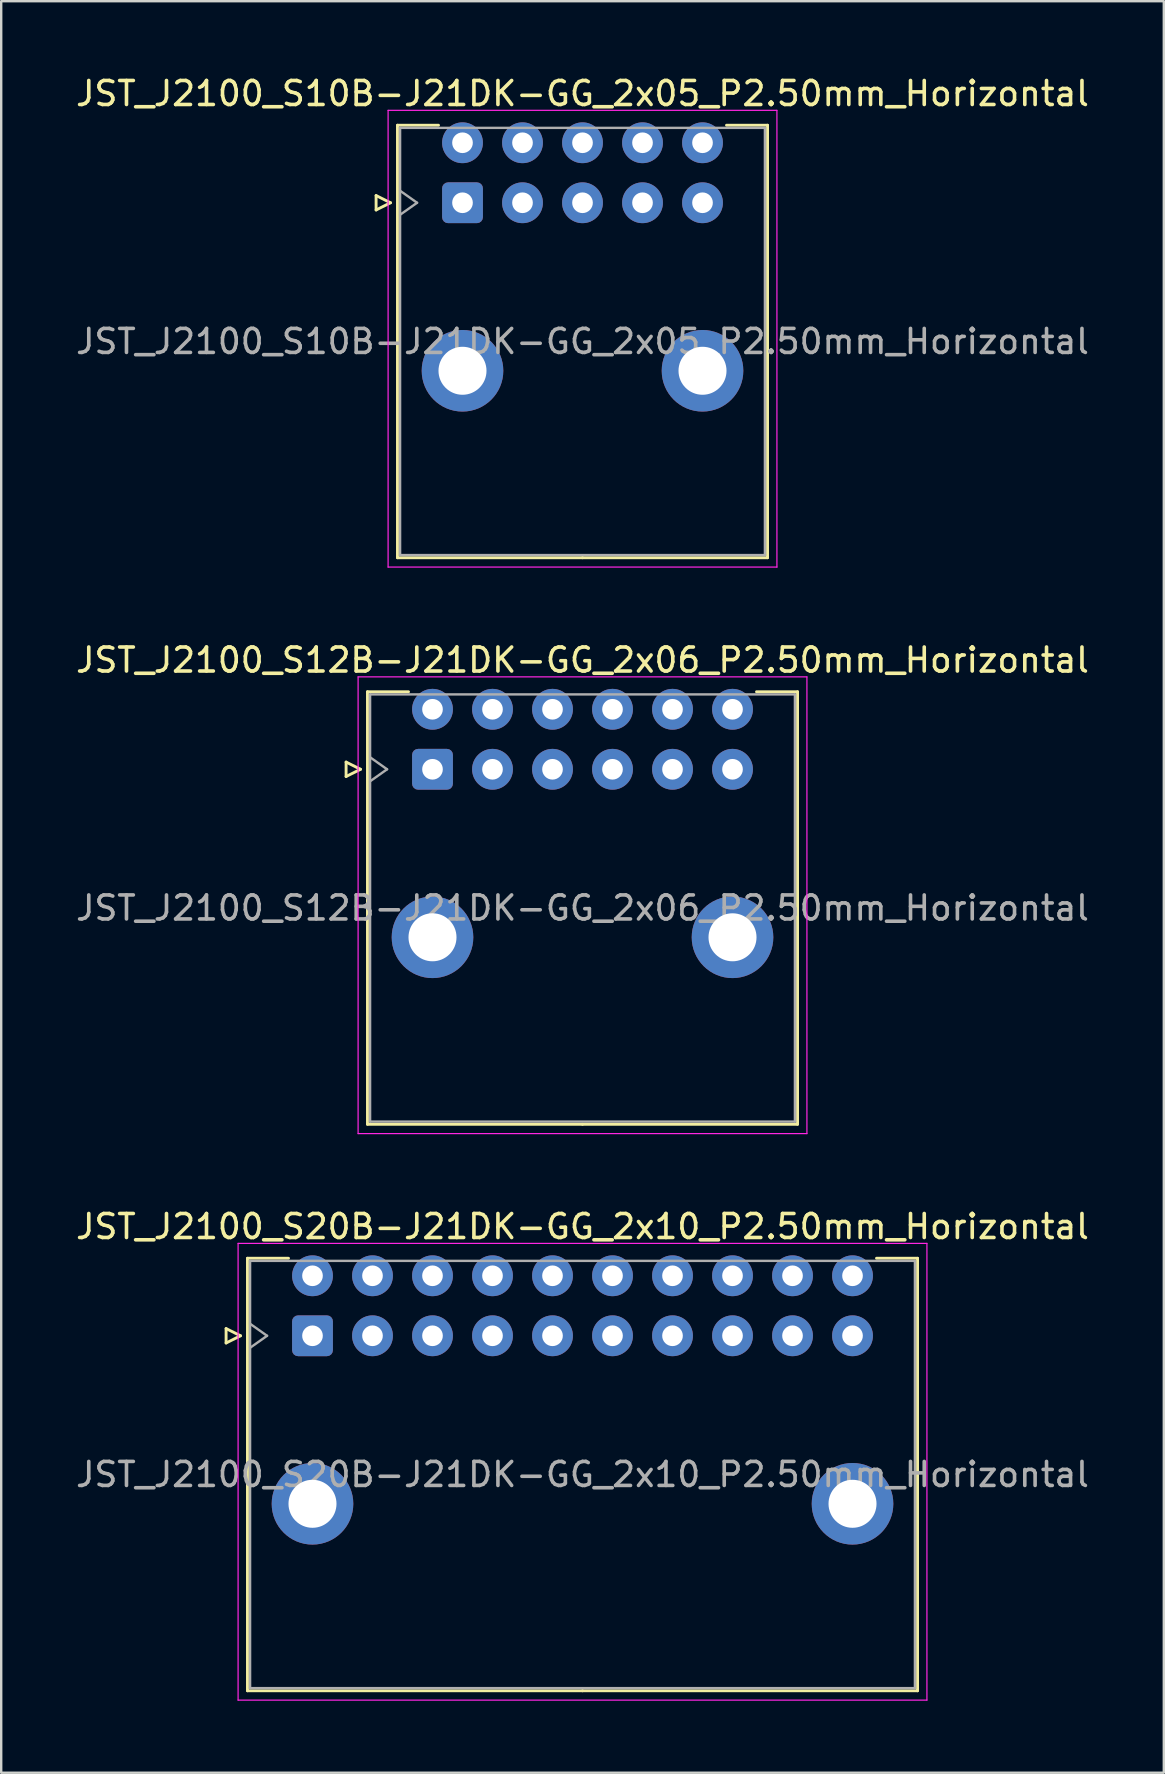
<source format=kicad_pcb>
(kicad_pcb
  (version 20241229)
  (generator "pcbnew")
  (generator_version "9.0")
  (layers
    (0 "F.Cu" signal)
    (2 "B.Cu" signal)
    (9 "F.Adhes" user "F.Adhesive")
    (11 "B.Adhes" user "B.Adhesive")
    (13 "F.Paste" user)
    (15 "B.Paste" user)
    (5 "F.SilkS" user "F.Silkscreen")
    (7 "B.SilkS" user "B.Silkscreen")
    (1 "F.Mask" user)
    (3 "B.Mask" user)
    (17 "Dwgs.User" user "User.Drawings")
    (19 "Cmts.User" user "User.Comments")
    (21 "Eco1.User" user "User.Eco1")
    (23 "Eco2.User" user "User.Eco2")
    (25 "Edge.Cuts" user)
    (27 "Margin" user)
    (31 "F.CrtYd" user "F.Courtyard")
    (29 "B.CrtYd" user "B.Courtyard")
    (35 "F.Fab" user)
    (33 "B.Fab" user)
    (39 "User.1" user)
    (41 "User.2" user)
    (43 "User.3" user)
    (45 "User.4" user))
  (footprint "JST_J2100_S20B-J21DK-GG_2x10_P2.50mm_Horizontal"
    (layer "F.Cu")
    (at 9.97 52.605)
    (property "Reference" "JST_J2100_S20B-J21DK-GG_2x10_P2.50mm_Horizontal" (at 11.25 -4.55 0) (layer "F.SilkS") (effects (font (size 1 1) (thickness 0.15))))
    (attr through_hole)
    (fp_line (start -3.6 -0.3) (end -3 0) (stroke (width 0.12) (type solid)) (layer "F.SilkS"))
    (fp_line (start -3.6 0.3) (end -3.6 -0.3) (stroke (width 0.12) (type solid)) (layer "F.SilkS"))
    (fp_line (start -3 0) (end -3.6 0.3) (stroke (width 0.12) (type solid)) (layer "F.SilkS"))
    (fp_line (start -2.71 -3.23) (end -2.71 14.79) (stroke (width 0.12) (type solid)) (layer "F.SilkS"))
    (fp_line (start -2.71 14.79) (end 11.25 14.79) (stroke (width 0.12) (type solid)) (layer "F.SilkS"))
    (fp_line (start -1 -3.23) (end -2.71 -3.23) (stroke (width 0.12) (type solid)) (layer "F.SilkS"))
    (fp_line (start 23.5 -3.23) (end 25.21 -3.23) (stroke (width 0.12) (type solid)) (layer "F.SilkS"))
    (fp_line (start 25.21 -3.23) (end 25.21 14.79) (stroke (width 0.12) (type solid)) (layer "F.SilkS"))
    (fp_line (start 25.21 14.79) (end 11.25 14.79) (stroke (width 0.12) (type solid)) (layer "F.SilkS"))
    (fp_line (start -3.1 -3.85) (end -3.1 15.18) (stroke (width 0.05) (type solid)) (layer "F.CrtYd"))
    (fp_line (start -3.1 15.18) (end 25.6 15.18) (stroke (width 0.05) (type solid)) (layer "F.CrtYd"))
    (fp_line (start 25.6 -3.85) (end -3.1 -3.85) (stroke (width 0.05) (type solid)) (layer "F.CrtYd"))
    (fp_line (start 25.6 15.18) (end 25.6 -3.85) (stroke (width 0.05) (type solid)) (layer "F.CrtYd"))
    (fp_line (start -2.6 -3.12) (end -2.6 14.68) (stroke (width 0.1) (type solid)) (layer "F.Fab"))
    (fp_line (start -2.6 0.5) (end -1.893 0) (stroke (width 0.1) (type solid)) (layer "F.Fab"))
    (fp_line (start -2.6 14.68) (end 25.1 14.68) (stroke (width 0.1) (type solid)) (layer "F.Fab"))
    (fp_line (start -1.893 0) (end -2.6 -0.5) (stroke (width 0.1) (type solid)) (layer "F.Fab"))
    (fp_line (start 25.1 -3.12) (end -2.6 -3.12) (stroke (width 0.1) (type solid)) (layer "F.Fab"))
    (fp_line (start 25.1 14.68) (end 25.1 -3.12) (stroke (width 0.1) (type solid)) (layer "F.Fab"))
    (fp_text user "${REFERENCE}" (at 11.25 5.78 0) (layer "F.Fab") (effects (font (size 1 1) (thickness 0.15))))
    (pad "" thru_hole circle (at 0 7) (size 3.4 3.4) (drill 2) (layers "*.Cu" "*.Mask"))
    (pad "" thru_hole circle (at 22.5 7) (size 3.4 3.4) (drill 2) (layers "*.Cu" "*.Mask"))
    (pad "a1" thru_hole roundrect (at 0 0) (size 1.7 1.7) (drill 0.86) (layers "*.Cu" "*.Mask") (roundrect_rratio 0.147))
    (pad "a2" thru_hole circle (at 2.5 0) (size 1.7 1.7) (drill 0.86) (layers "*.Cu" "*.Mask"))
    (pad "a3" thru_hole circle (at 5 0) (size 1.7 1.7) (drill 0.86) (layers "*.Cu" "*.Mask"))
    (pad "a4" thru_hole circle (at 7.5 0) (size 1.7 1.7) (drill 0.86) (layers "*.Cu" "*.Mask"))
    (pad "a5" thru_hole circle (at 10 0) (size 1.7 1.7) (drill 0.86) (layers "*.Cu" "*.Mask"))
    (pad "a6" thru_hole circle (at 12.5 0) (size 1.7 1.7) (drill 0.86) (layers "*.Cu" "*.Mask"))
    (pad "a7" thru_hole circle (at 15 0) (size 1.7 1.7) (drill 0.86) (layers "*.Cu" "*.Mask"))
    (pad "a8" thru_hole circle (at 17.5 0) (size 1.7 1.7) (drill 0.86) (layers "*.Cu" "*.Mask"))
    (pad "a9" thru_hole circle (at 20 0) (size 1.7 1.7) (drill 0.86) (layers "*.Cu" "*.Mask"))
    (pad "a10" thru_hole circle (at 22.5 0) (size 1.7 1.7) (drill 0.86) (layers "*.Cu" "*.Mask"))
    (pad "b1" thru_hole circle (at 0 -2.5) (size 1.7 1.7) (drill 0.86) (layers "*.Cu" "*.Mask"))
    (pad "b2" thru_hole circle (at 2.5 -2.5) (size 1.7 1.7) (drill 0.86) (layers "*.Cu" "*.Mask"))
    (pad "b3" thru_hole circle (at 5 -2.5) (size 1.7 1.7) (drill 0.86) (layers "*.Cu" "*.Mask"))
    (pad "b4" thru_hole circle (at 7.5 -2.5) (size 1.7 1.7) (drill 0.86) (layers "*.Cu" "*.Mask"))
    (pad "b5" thru_hole circle (at 10 -2.5) (size 1.7 1.7) (drill 0.86) (layers "*.Cu" "*.Mask"))
    (pad "b6" thru_hole circle (at 12.5 -2.5) (size 1.7 1.7) (drill 0.86) (layers "*.Cu" "*.Mask"))
    (pad "b7" thru_hole circle (at 15 -2.5) (size 1.7 1.7) (drill 0.86) (layers "*.Cu" "*.Mask"))
    (pad "b8" thru_hole circle (at 17.5 -2.5) (size 1.7 1.7) (drill 0.86) (layers "*.Cu" "*.Mask"))
    (pad "b9" thru_hole circle (at 20 -2.5) (size 1.7 1.7) (drill 0.86) (layers "*.Cu" "*.Mask"))
    (pad "b10" thru_hole circle (at 22.5 -2.5) (size 1.7 1.7) (drill 0.86) (layers "*.Cu" "*.Mask")))
  (footprint "JST_J2100_S10B-J21DK-GG_2x05_P2.50mm_Horizontal"
    (layer "F.Cu")
    (at 16.22 5.398)
    (property "Reference" "JST_J2100_S10B-J21DK-GG_2x05_P2.50mm_Horizontal" (at 5 -4.55 0) (layer "F.SilkS") (effects (font (size 1 1) (thickness 0.15))))
    (attr through_hole)
    (fp_line (start -3.6 -0.3) (end -3 0) (stroke (width 0.12) (type solid)) (layer "F.SilkS"))
    (fp_line (start -3.6 0.3) (end -3.6 -0.3) (stroke (width 0.12) (type solid)) (layer "F.SilkS"))
    (fp_line (start -3 0) (end -3.6 0.3) (stroke (width 0.12) (type solid)) (layer "F.SilkS"))
    (fp_line (start -2.71 -3.23) (end -2.71 14.79) (stroke (width 0.12) (type solid)) (layer "F.SilkS"))
    (fp_line (start -2.71 14.79) (end 5 14.79) (stroke (width 0.12) (type solid)) (layer "F.SilkS"))
    (fp_line (start -1 -3.23) (end -2.71 -3.23) (stroke (width 0.12) (type solid)) (layer "F.SilkS"))
    (fp_line (start 11 -3.23) (end 12.71 -3.23) (stroke (width 0.12) (type solid)) (layer "F.SilkS"))
    (fp_line (start 12.71 -3.23) (end 12.71 14.79) (stroke (width 0.12) (type solid)) (layer "F.SilkS"))
    (fp_line (start 12.71 14.79) (end 5 14.79) (stroke (width 0.12) (type solid)) (layer "F.SilkS"))
    (fp_line (start -3.1 -3.85) (end -3.1 15.18) (stroke (width 0.05) (type solid)) (layer "F.CrtYd"))
    (fp_line (start -3.1 15.18) (end 13.1 15.18) (stroke (width 0.05) (type solid)) (layer "F.CrtYd"))
    (fp_line (start 13.1 -3.85) (end -3.1 -3.85) (stroke (width 0.05) (type solid)) (layer "F.CrtYd"))
    (fp_line (start 13.1 15.18) (end 13.1 -3.85) (stroke (width 0.05) (type solid)) (layer "F.CrtYd"))
    (fp_line (start -2.6 -3.12) (end -2.6 14.68) (stroke (width 0.1) (type solid)) (layer "F.Fab"))
    (fp_line (start -2.6 0.5) (end -1.893 0) (stroke (width 0.1) (type solid)) (layer "F.Fab"))
    (fp_line (start -2.6 14.68) (end 12.6 14.68) (stroke (width 0.1) (type solid)) (layer "F.Fab"))
    (fp_line (start -1.893 0) (end -2.6 -0.5) (stroke (width 0.1) (type solid)) (layer "F.Fab"))
    (fp_line (start 12.6 -3.12) (end -2.6 -3.12) (stroke (width 0.1) (type solid)) (layer "F.Fab"))
    (fp_line (start 12.6 14.68) (end 12.6 -3.12) (stroke (width 0.1) (type solid)) (layer "F.Fab"))
    (fp_text user "${REFERENCE}" (at 5 5.78 0) (layer "F.Fab") (effects (font (size 1 1) (thickness 0.15))))
    (pad "" thru_hole circle (at 0 7) (size 3.4 3.4) (drill 2) (layers "*.Cu" "*.Mask"))
    (pad "" thru_hole circle (at 10 7) (size 3.4 3.4) (drill 2) (layers "*.Cu" "*.Mask"))
    (pad "a1" thru_hole roundrect (at 0 0) (size 1.7 1.7) (drill 0.86) (layers "*.Cu" "*.Mask") (roundrect_rratio 0.147))
    (pad "a2" thru_hole circle (at 2.5 0) (size 1.7 1.7) (drill 0.86) (layers "*.Cu" "*.Mask"))
    (pad "a3" thru_hole circle (at 5 0) (size 1.7 1.7) (drill 0.86) (layers "*.Cu" "*.Mask"))
    (pad "a4" thru_hole circle (at 7.5 0) (size 1.7 1.7) (drill 0.86) (layers "*.Cu" "*.Mask"))
    (pad "a5" thru_hole circle (at 10 0) (size 1.7 1.7) (drill 0.86) (layers "*.Cu" "*.Mask"))
    (pad "b1" thru_hole circle (at 0 -2.5) (size 1.7 1.7) (drill 0.86) (layers "*.Cu" "*.Mask"))
    (pad "b2" thru_hole circle (at 2.5 -2.5) (size 1.7 1.7) (drill 0.86) (layers "*.Cu" "*.Mask"))
    (pad "b3" thru_hole circle (at 5 -2.5) (size 1.7 1.7) (drill 0.86) (layers "*.Cu" "*.Mask"))
    (pad "b4" thru_hole circle (at 7.5 -2.5) (size 1.7 1.7) (drill 0.86) (layers "*.Cu" "*.Mask"))
    (pad "b5" thru_hole circle (at 10 -2.5) (size 1.7 1.7) (drill 0.86) (layers "*.Cu" "*.Mask")))
  (footprint "JST_J2100_S12B-J21DK-GG_2x06_P2.50mm_Horizontal"
    (layer "F.Cu")
    (at 14.97 29.002)
    (property "Reference" "JST_J2100_S12B-J21DK-GG_2x06_P2.50mm_Horizontal" (at 6.25 -4.55 0) (layer "F.SilkS") (effects (font (size 1 1) (thickness 0.15))))
    (attr through_hole)
    (fp_line (start -3.6 -0.3) (end -3 0) (stroke (width 0.12) (type solid)) (layer "F.SilkS"))
    (fp_line (start -3.6 0.3) (end -3.6 -0.3) (stroke (width 0.12) (type solid)) (layer "F.SilkS"))
    (fp_line (start -3 0) (end -3.6 0.3) (stroke (width 0.12) (type solid)) (layer "F.SilkS"))
    (fp_line (start -2.71 -3.23) (end -2.71 14.79) (stroke (width 0.12) (type solid)) (layer "F.SilkS"))
    (fp_line (start -2.71 14.79) (end 6.25 14.79) (stroke (width 0.12) (type solid)) (layer "F.SilkS"))
    (fp_line (start -1 -3.23) (end -2.71 -3.23) (stroke (width 0.12) (type solid)) (layer "F.SilkS"))
    (fp_line (start 13.5 -3.23) (end 15.21 -3.23) (stroke (width 0.12) (type solid)) (layer "F.SilkS"))
    (fp_line (start 15.21 -3.23) (end 15.21 14.79) (stroke (width 0.12) (type solid)) (layer "F.SilkS"))
    (fp_line (start 15.21 14.79) (end 6.25 14.79) (stroke (width 0.12) (type solid)) (layer "F.SilkS"))
    (fp_line (start -3.1 -3.85) (end -3.1 15.18) (stroke (width 0.05) (type solid)) (layer "F.CrtYd"))
    (fp_line (start -3.1 15.18) (end 15.6 15.18) (stroke (width 0.05) (type solid)) (layer "F.CrtYd"))
    (fp_line (start 15.6 -3.85) (end -3.1 -3.85) (stroke (width 0.05) (type solid)) (layer "F.CrtYd"))
    (fp_line (start 15.6 15.18) (end 15.6 -3.85) (stroke (width 0.05) (type solid)) (layer "F.CrtYd"))
    (fp_line (start -2.6 -3.12) (end -2.6 14.68) (stroke (width 0.1) (type solid)) (layer "F.Fab"))
    (fp_line (start -2.6 0.5) (end -1.893 0) (stroke (width 0.1) (type solid)) (layer "F.Fab"))
    (fp_line (start -2.6 14.68) (end 15.1 14.68) (stroke (width 0.1) (type solid)) (layer "F.Fab"))
    (fp_line (start -1.893 0) (end -2.6 -0.5) (stroke (width 0.1) (type solid)) (layer "F.Fab"))
    (fp_line (start 15.1 -3.12) (end -2.6 -3.12) (stroke (width 0.1) (type solid)) (layer "F.Fab"))
    (fp_line (start 15.1 14.68) (end 15.1 -3.12) (stroke (width 0.1) (type solid)) (layer "F.Fab"))
    (fp_text user "${REFERENCE}" (at 6.25 5.78 0) (layer "F.Fab") (effects (font (size 1 1) (thickness 0.15))))
    (pad "" thru_hole circle (at 0 7) (size 3.4 3.4) (drill 2) (layers "*.Cu" "*.Mask"))
    (pad "" thru_hole circle (at 12.5 7) (size 3.4 3.4) (drill 2) (layers "*.Cu" "*.Mask"))
    (pad "a1" thru_hole roundrect (at 0 0) (size 1.7 1.7) (drill 0.86) (layers "*.Cu" "*.Mask") (roundrect_rratio 0.147))
    (pad "a2" thru_hole circle (at 2.5 0) (size 1.7 1.7) (drill 0.86) (layers "*.Cu" "*.Mask"))
    (pad "a3" thru_hole circle (at 5 0) (size 1.7 1.7) (drill 0.86) (layers "*.Cu" "*.Mask"))
    (pad "a4" thru_hole circle (at 7.5 0) (size 1.7 1.7) (drill 0.86) (layers "*.Cu" "*.Mask"))
    (pad "a5" thru_hole circle (at 10 0) (size 1.7 1.7) (drill 0.86) (layers "*.Cu" "*.Mask"))
    (pad "a6" thru_hole circle (at 12.5 0) (size 1.7 1.7) (drill 0.86) (layers "*.Cu" "*.Mask"))
    (pad "b1" thru_hole circle (at 0 -2.5) (size 1.7 1.7) (drill 0.86) (layers "*.Cu" "*.Mask"))
    (pad "b2" thru_hole circle (at 2.5 -2.5) (size 1.7 1.7) (drill 0.86) (layers "*.Cu" "*.Mask"))
    (pad "b3" thru_hole circle (at 5 -2.5) (size 1.7 1.7) (drill 0.86) (layers "*.Cu" "*.Mask"))
    (pad "b4" thru_hole circle (at 7.5 -2.5) (size 1.7 1.7) (drill 0.86) (layers "*.Cu" "*.Mask"))
    (pad "b5" thru_hole circle (at 10 -2.5) (size 1.7 1.7) (drill 0.86) (layers "*.Cu" "*.Mask"))
    (pad "b6" thru_hole circle (at 12.5 -2.5) (size 1.7 1.7) (drill 0.86) (layers "*.Cu" "*.Mask")))
  (gr_rect
    (start -3 -3)
    (end 45.44 70.81)
    (stroke (width 0.1) (type default))
    (fill no)
    (layer "Edge.Cuts")))
</source>
